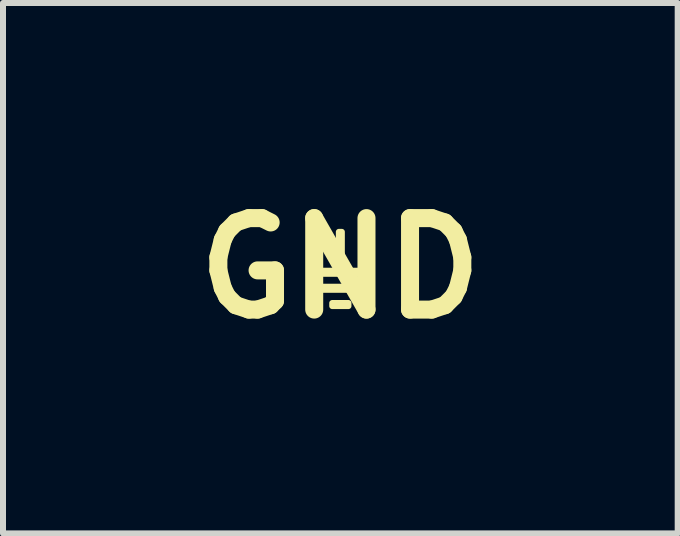
<source format=kicad_pcb>
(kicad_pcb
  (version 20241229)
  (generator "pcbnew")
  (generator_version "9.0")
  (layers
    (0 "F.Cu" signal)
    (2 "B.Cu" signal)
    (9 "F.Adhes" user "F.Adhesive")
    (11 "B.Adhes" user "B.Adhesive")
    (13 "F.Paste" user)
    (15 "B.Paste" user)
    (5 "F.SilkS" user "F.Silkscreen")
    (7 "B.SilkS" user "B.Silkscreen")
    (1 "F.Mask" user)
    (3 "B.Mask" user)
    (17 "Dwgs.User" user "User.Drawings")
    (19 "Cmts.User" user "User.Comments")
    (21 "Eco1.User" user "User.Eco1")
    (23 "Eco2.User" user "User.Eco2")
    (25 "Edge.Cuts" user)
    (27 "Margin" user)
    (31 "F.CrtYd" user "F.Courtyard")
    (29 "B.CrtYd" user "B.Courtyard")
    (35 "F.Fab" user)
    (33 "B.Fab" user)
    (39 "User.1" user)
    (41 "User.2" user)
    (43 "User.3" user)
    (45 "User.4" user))
  (footprint "GND"
    (layer "F.Cu")
    (at 2.62 1.418)
    (property "Reference" "GND" (at 0 0 0) (layer "F.SilkS") (effects (font (size 1.524 1.524) (thickness 0.3))))
    (attr through_hole)
    (fp_poly (pts (xy 0.135 0.631) (xy 0 0.631) (xy -0.135 0.631) (xy -0.135 0.605) (xy -0.135 0.58) (xy 0 0.58) (xy 0.135 0.58) (xy 0.135 0.605) (xy 0.135 0.631)) (stroke (width 0.1) (type solid)) (fill yes) (layer "F.SilkS"))
    (fp_poly (pts (xy 0.288 0.36) (xy 0 0.36) (xy -0.288 0.36) (xy -0.288 0.334) (xy -0.288 0.309) (xy 0 0.309) (xy 0.288 0.309) (xy 0.288 0.334) (xy 0.288 0.36)) (stroke (width 0.1) (type solid)) (fill yes) (layer "F.SilkS"))
    (fp_poly (pts (xy 0.461 0.093) (xy 0 0.093) (xy -0.461 0.093) (xy -0.461 0.068) (xy -0.461 0.042) (xy -0.243 0.042) (xy -0.025 0.042) (xy -0.025 -0.282) (xy -0.025 -0.605) (xy 0 -0.605) (xy 0.025 -0.605) (xy 0.025 -0.282) (xy 0.025 0.042) (xy 0.243 0.042) (xy 0.461 0.042) (xy 0.461 0.068) (xy 0.461 0.093)) (stroke (width 0.1) (type solid)) (fill yes) (layer "F.SilkS")))
  (gr_rect
    (start -3 -3)
    (end 8.24 5.836)
    (stroke (width 0.1) (type default))
    (fill no)
    (layer "Edge.Cuts")))
</source>
